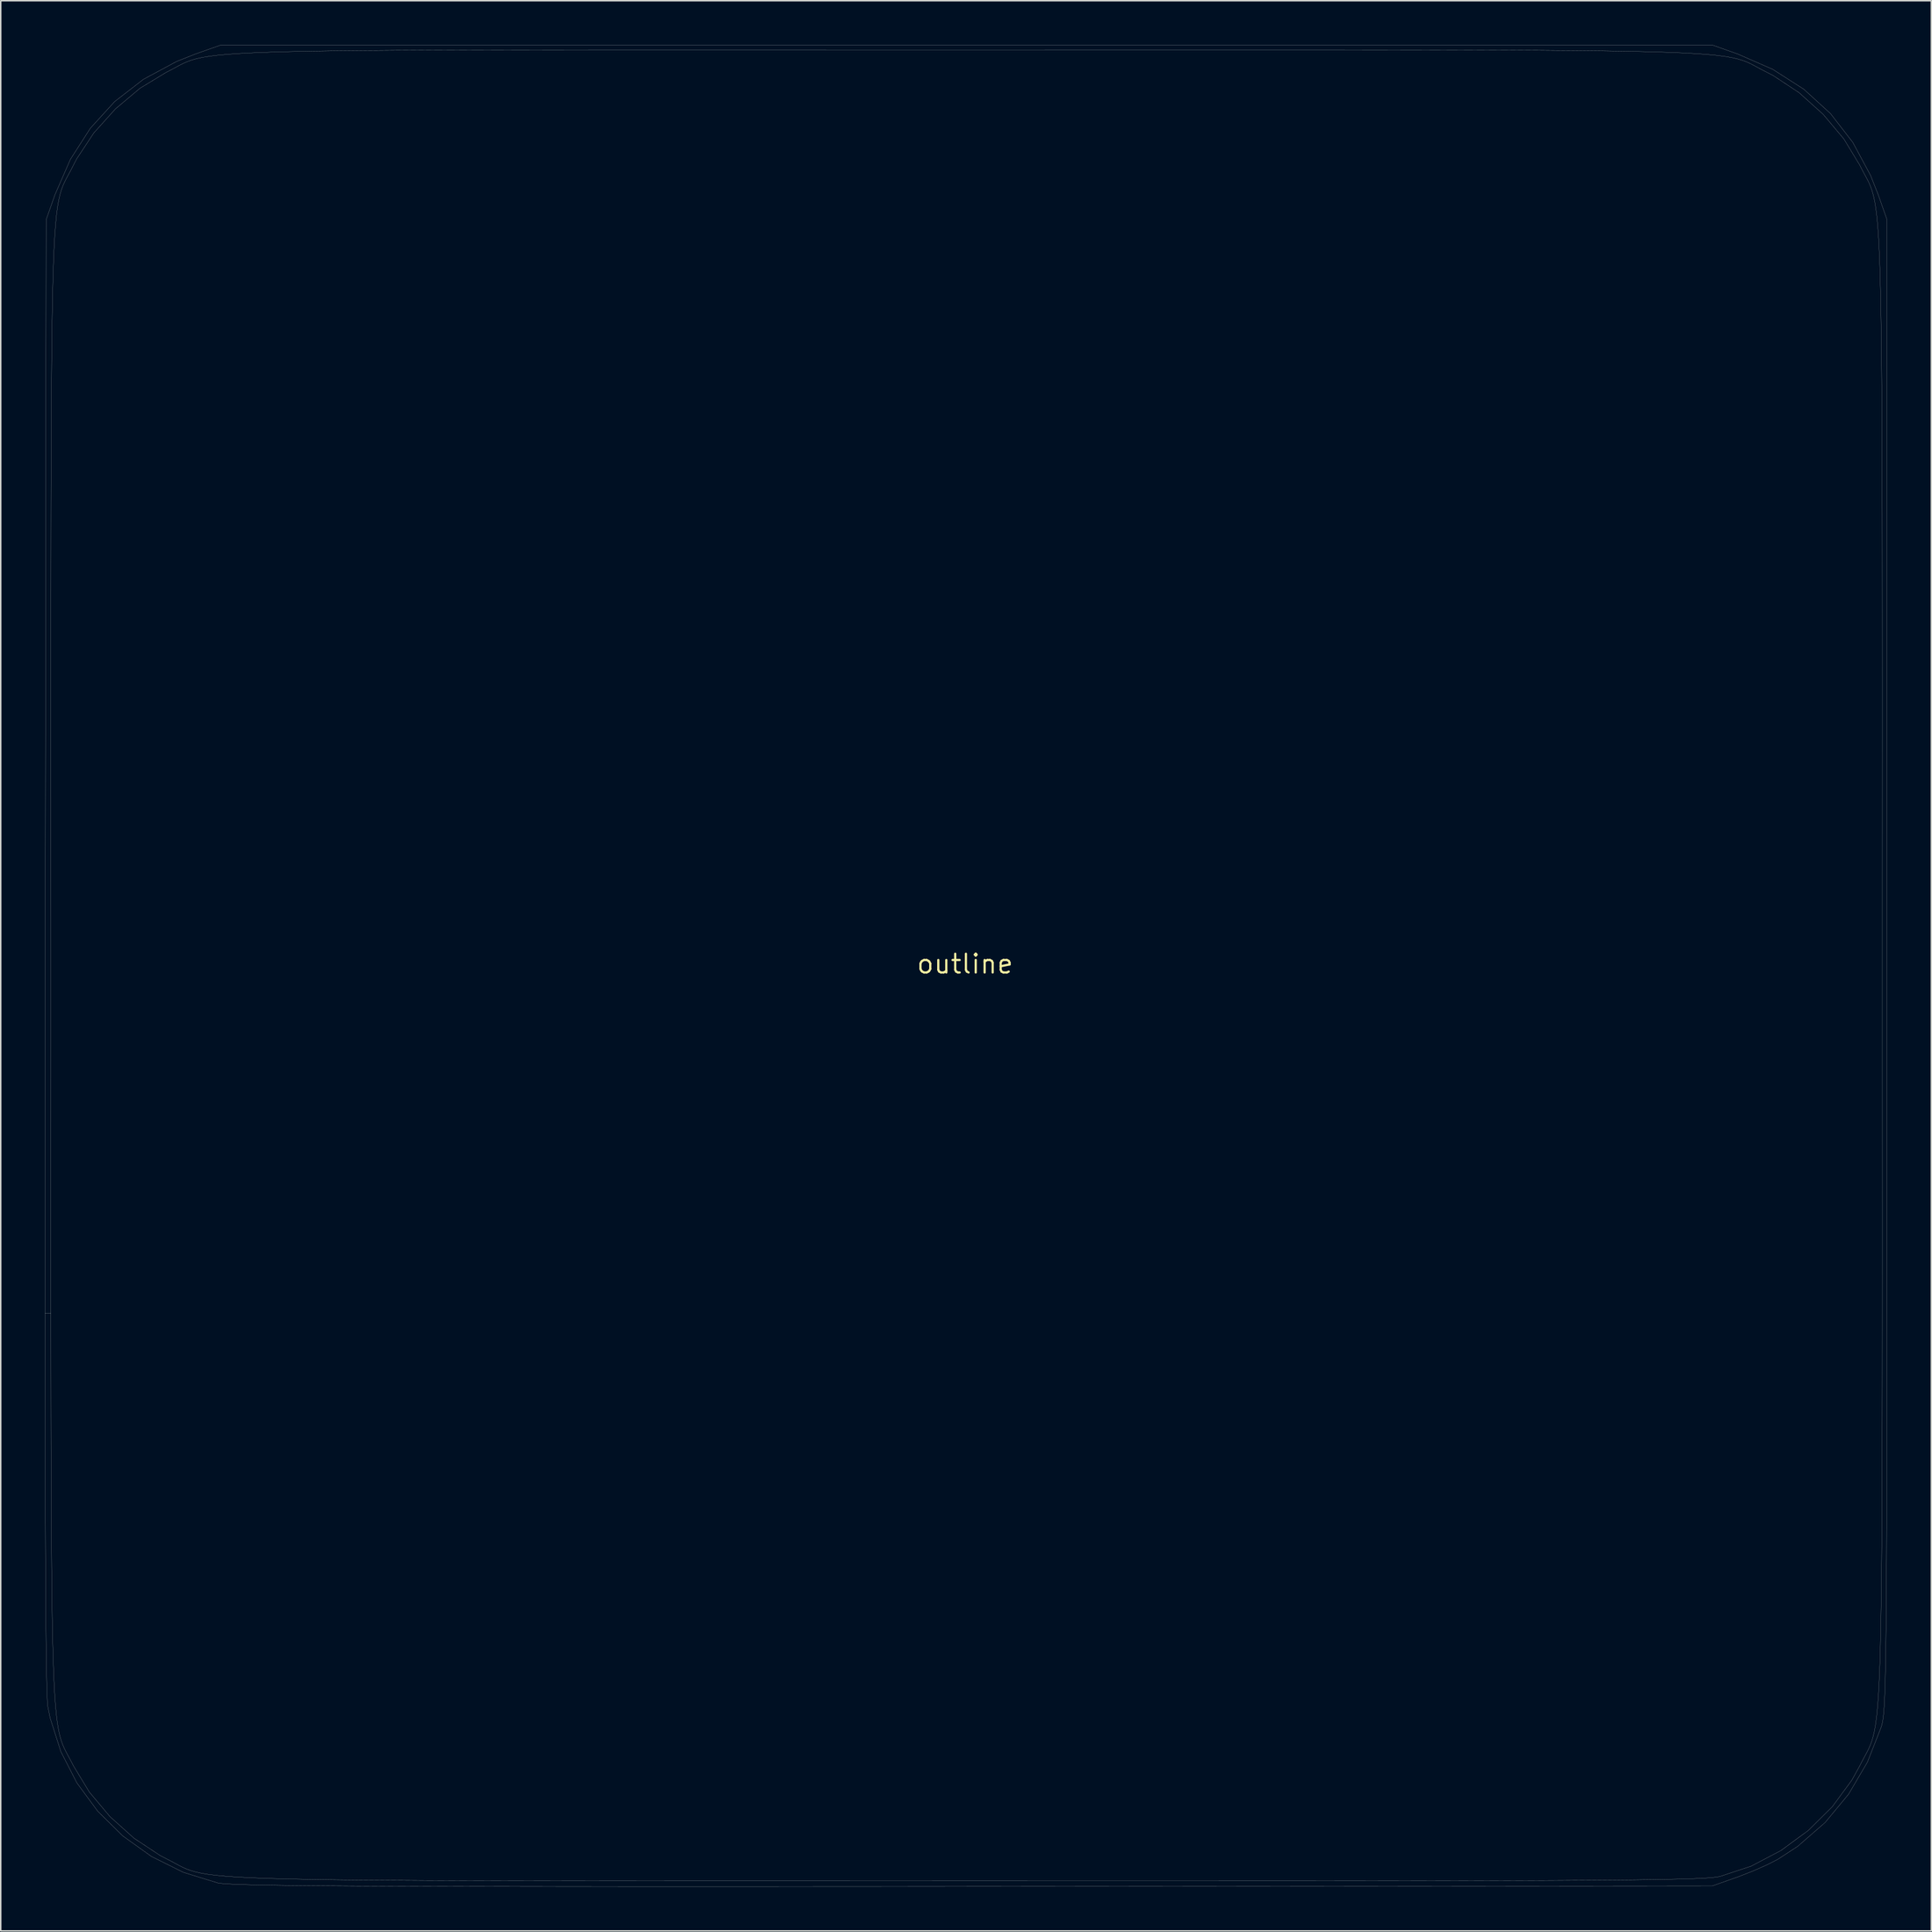
<source format=kicad_pcb>
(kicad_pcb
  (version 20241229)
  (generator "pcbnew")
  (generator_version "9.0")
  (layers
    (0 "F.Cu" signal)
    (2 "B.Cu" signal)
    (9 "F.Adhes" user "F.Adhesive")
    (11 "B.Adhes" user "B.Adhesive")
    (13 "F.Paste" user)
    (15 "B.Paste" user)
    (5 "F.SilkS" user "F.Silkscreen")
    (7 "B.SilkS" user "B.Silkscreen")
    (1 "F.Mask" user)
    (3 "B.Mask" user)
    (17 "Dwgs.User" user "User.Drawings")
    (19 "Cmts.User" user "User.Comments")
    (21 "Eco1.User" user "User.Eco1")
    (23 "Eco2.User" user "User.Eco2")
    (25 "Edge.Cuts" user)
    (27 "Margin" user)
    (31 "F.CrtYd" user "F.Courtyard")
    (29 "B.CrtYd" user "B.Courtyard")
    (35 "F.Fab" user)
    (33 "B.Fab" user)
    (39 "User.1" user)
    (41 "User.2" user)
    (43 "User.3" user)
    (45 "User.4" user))
  (footprint "outline"
    (layer "F.Cu")
    (at 62.416 62.341)
    (property "Reference" "outline" (at 0 0 0) (layer "F.SilkS") (effects (font (size 1.27 1.27) (thickness 0.15))))
    (attr through_hole)
    (fp_poly (pts (xy 52.388 -61.74) (xy 54.793 -60.69) (xy 56.902 -59.338) (xy 58.712 -57.687) (xy 60.223 -55.736) (xy 61.433 -53.487) (xy 61.952 -52.176) (xy 62.547 -50.483) (xy 62.547 0) (xy 62.547 5.462) (xy 62.547 10.516) (xy 62.546 15.179) (xy 62.545 19.468) (xy 62.543 23.398) (xy 62.54 26.986) (xy 62.537 30.248) (xy 62.532 33.2) (xy 62.527 35.858) (xy 62.52 38.239) (xy 62.512 40.358) (xy 62.502 42.232) (xy 62.49 43.878) (xy 62.477 45.31) (xy 62.462 46.547) (xy 62.445 47.603) (xy 62.426 48.494) (xy 62.405 49.238) (xy 62.382 49.85) (xy 62.356 50.347) (xy 62.327 50.745) (xy 62.296 51.059) (xy 62.261 51.307) (xy 62.224 51.504) (xy 62.184 51.666) (xy 62.159 51.752) (xy 61.219 54.147) (xy 59.941 56.321) (xy 58.355 58.237) (xy 56.488 59.861) (xy 55.139 60.742) (xy 54.41 61.114) (xy 53.467 61.531) (xy 52.499 61.91) (xy 52.388 61.95) (xy 50.694 62.547) (xy 0.635 62.585) (xy -4.972 62.589) (xy -10.17 62.591) (xy -14.974 62.593) (xy -19.398 62.593) (xy -23.457 62.592) (xy -27.166 62.59) (xy -30.54 62.586) (xy -33.592 62.581) (xy -36.338 62.574) (xy -38.792 62.566) (xy -40.968 62.555) (xy -42.882 62.543) (xy -44.548 62.529) (xy -45.98 62.514) (xy -47.194 62.496) (xy -48.203 62.476) (xy -49.023 62.454) (xy -49.667 62.43) (xy -50.151 62.403) (xy -50.489 62.375) (xy -50.694 62.344) (xy -53.032 61.624) (xy -55.193 60.548) (xy -57.14 59.154) (xy -58.837 57.478) (xy -60.249 55.56) (xy -61.338 53.435) (xy -62.069 51.143) (xy -62.223 50.372) (xy -62.251 50.063) (xy -62.276 49.472) (xy -62.3 48.591) (xy -62.32 47.41) (xy -62.339 45.921) (xy -62.356 44.114) (xy -62.37 41.983) (xy -62.382 39.517) (xy -62.392 36.708) (xy -62.4 33.548) (xy -62.406 30.027) (xy -62.409 26.137) (xy -62.411 21.87) (xy -62.411 19.718) (xy -62.014 19.718) (xy -62.014 23.685) (xy -62.012 27.312) (xy -62.008 30.614) (xy -62.002 33.607) (xy -61.993 36.309) (xy -61.98 38.735) (xy -61.964 40.902) (xy -61.944 42.827) (xy -61.92 44.525) (xy -61.89 46.013) (xy -61.854 47.308) (xy -61.813 48.427) (xy -61.765 49.384) (xy -61.71 50.198) (xy -61.648 50.884) (xy -61.578 51.459) (xy -61.499 51.938) (xy -61.412 52.34) (xy -61.315 52.68) (xy -61.209 52.974) (xy -61.093 53.239) (xy -60.966 53.491) (xy -60.828 53.747) (xy -60.678 54.024) (xy -60.516 54.337) (xy -60.486 54.398) (xy -59.408 56.175) (xy -58.005 57.846) (xy -56.373 59.313) (xy -54.612 60.478) (xy -54.187 60.699) (xy -53.872 60.86) (xy -53.597 61.009) (xy -53.344 61.146) (xy -53.097 61.272) (xy -52.84 61.388) (xy -52.556 61.494) (xy -52.228 61.59) (xy -51.841 61.678) (xy -51.378 61.756) (xy -50.822 61.826) (xy -50.158 61.889) (xy -49.368 61.944) (xy -48.436 61.992) (xy -47.347 62.034) (xy -46.082 62.07) (xy -44.627 62.101) (xy -42.964 62.127) (xy -41.077 62.148) (xy -38.95 62.164) (xy -36.567 62.178) (xy -33.91 62.188) (xy -30.964 62.195) (xy -27.712 62.2) (xy -24.138 62.204) (xy -20.224 62.206) (xy -15.956 62.207) (xy -11.316 62.207) (xy -6.288 62.208) (xy -0.856 62.209) (xy 0 62.209) (xy 5.482 62.211) (xy 10.557 62.211) (xy 15.241 62.211) (xy 19.549 62.21) (xy 23.497 62.209) (xy 27.101 62.206) (xy 30.378 62.202) (xy 33.342 62.197) (xy 36.011 62.19) (xy 38.399 62.182) (xy 40.524 62.173) (xy 42.4 62.162) (xy 44.044 62.149) (xy 45.471 62.134) (xy 46.698 62.118) (xy 47.74 62.099) (xy 48.613 62.079) (xy 49.334 62.056) (xy 49.918 62.031) (xy 50.381 62.004) (xy 50.739 61.974) (xy 51.007 61.942) (xy 51.203 61.907) (xy 51.223 61.902) (xy 53.33 61.206) (xy 55.348 60.147) (xy 57.208 58.784) (xy 58.836 57.172) (xy 60.163 55.368) (xy 60.698 54.398) (xy 60.861 54.077) (xy 61.013 53.795) (xy 61.153 53.537) (xy 61.282 53.285) (xy 61.401 53.023) (xy 61.509 52.735) (xy 61.607 52.405) (xy 61.696 52.016) (xy 61.776 51.551) (xy 61.847 50.995) (xy 61.911 50.33) (xy 61.967 49.541) (xy 62.016 48.61) (xy 62.059 47.522) (xy 62.095 46.26) (xy 62.126 44.808) (xy 62.152 43.148) (xy 62.173 41.266) (xy 62.19 39.144) (xy 62.202 36.765) (xy 62.212 34.114) (xy 62.219 31.175) (xy 62.223 27.929) (xy 62.225 24.362) (xy 62.226 20.457) (xy 62.226 16.197) (xy 62.225 11.566) (xy 62.224 6.548) (xy 62.224 1.125) (xy 62.224 0.106) (xy 62.224 -5.391) (xy 62.225 -10.481) (xy 62.226 -15.181) (xy 62.226 -19.506) (xy 62.225 -23.474) (xy 62.223 -27.1) (xy 62.22 -30.402) (xy 62.213 -33.396) (xy 62.204 -36.097) (xy 62.192 -38.524) (xy 62.176 -40.691) (xy 62.156 -42.615) (xy 62.131 -44.313) (xy 62.101 -45.802) (xy 62.066 -47.097) (xy 62.025 -48.215) (xy 61.977 -49.173) (xy 61.922 -49.986) (xy 61.86 -50.672) (xy 61.789 -51.247) (xy 61.711 -51.727) (xy 61.624 -52.128) (xy 61.527 -52.468) (xy 61.421 -52.762) (xy 61.305 -53.027) (xy 61.178 -53.28) (xy 61.039 -53.536) (xy 60.89 -53.812) (xy 60.728 -54.125) (xy 60.698 -54.187) (xy 59.619 -55.965) (xy 58.215 -57.636) (xy 56.583 -59.103) (xy 54.821 -60.267) (xy 54.398 -60.486) (xy 54.077 -60.65) (xy 53.795 -60.802) (xy 53.537 -60.942) (xy 53.285 -61.071) (xy 53.023 -61.189) (xy 52.735 -61.297) (xy 52.405 -61.395) (xy 52.016 -61.484) (xy 51.551 -61.564) (xy 50.995 -61.636) (xy 50.33 -61.699) (xy 49.541 -61.756) (xy 48.61 -61.805) (xy 47.522 -61.847) (xy 46.26 -61.884) (xy 44.808 -61.915) (xy 43.148 -61.94) (xy 41.266 -61.961) (xy 39.144 -61.978) (xy 36.765 -61.991) (xy 34.114 -62) (xy 31.175 -62.007) (xy 27.929 -62.011) (xy 24.362 -62.014) (xy 20.457 -62.014) (xy 16.197 -62.014) (xy 11.566 -62.013) (xy 6.548 -62.013) (xy 1.125 -62.012) (xy 0.106 -62.012) (xy -5.391 -62.012) (xy -10.481 -62.013) (xy -15.181 -62.014) (xy -19.506 -62.014) (xy -23.474 -62.014) (xy -27.1 -62.012) (xy -30.402 -62.008) (xy -33.396 -62.002) (xy -36.097 -61.993) (xy -38.524 -61.98) (xy -40.691 -61.964) (xy -42.615 -61.944) (xy -44.313 -61.92) (xy -45.802 -61.89) (xy -47.097 -61.854) (xy -48.215 -61.813) (xy -49.173 -61.765) (xy -49.986 -61.71) (xy -50.672 -61.648) (xy -51.247 -61.578) (xy -51.727 -61.499) (xy -52.128 -61.412) (xy -52.468 -61.315) (xy -52.762 -61.209) (xy -53.027 -61.093) (xy -53.28 -60.966) (xy -53.536 -60.828) (xy -53.812 -60.678) (xy -54.125 -60.516) (xy -54.187 -60.486) (xy -55.965 -59.407) (xy -57.636 -58.003) (xy -59.103 -56.371) (xy -60.267 -54.609) (xy -60.486 -54.187) (xy -60.65 -53.865) (xy -60.802 -53.584) (xy -60.942 -53.325) (xy -61.071 -53.073) (xy -61.189 -52.812) (xy -61.297 -52.524) (xy -61.395 -52.194) (xy -61.484 -51.804) (xy -61.564 -51.34) (xy -61.636 -50.783) (xy -61.699 -50.118) (xy -61.756 -49.329) (xy -61.805 -48.399) (xy -61.847 -47.31) (xy -61.884 -46.048) (xy -61.915 -44.596) (xy -61.94 -42.937) (xy -61.961 -41.054) (xy -61.978 -38.932) (xy -61.991 -36.554) (xy -62 -33.903) (xy -62.007 -30.963) (xy -62.011 -27.718) (xy -62.014 -24.151) (xy -62.014 -20.245) (xy -62.014 -15.986) (xy -62.013 -11.354) (xy -62.013 -6.336) (xy -62.012 -0.913) (xy -62.012 0.106) (xy -62.012 5.603) (xy -62.013 10.693) (xy -62.014 15.392) (xy -62.014 19.718) (xy -62.411 19.718) (xy -62.411 17.216) (xy -62.408 12.167) (xy -62.404 6.715) (xy -62.398 0.85) (xy -62.396 -0.741) (xy -62.336 -50.483) (xy -61.74 -52.176) (xy -60.69 -54.582) (xy -59.338 -56.69) (xy -57.687 -58.501) (xy -55.736 -60.011) (xy -53.487 -61.221) (xy -52.176 -61.74) (xy -50.483 -62.336) (xy 50.694 -62.336) (xy 52.388 -61.74)) (stroke (width 0.01) (type solid)) (fill no) (layer "Edge.Cuts")))
  (gr_rect
    (start -3 -3)
    (end 127.968 127.939)
    (stroke (width 0.1) (type default))
    (fill no)
    (layer "Edge.Cuts")))
</source>
